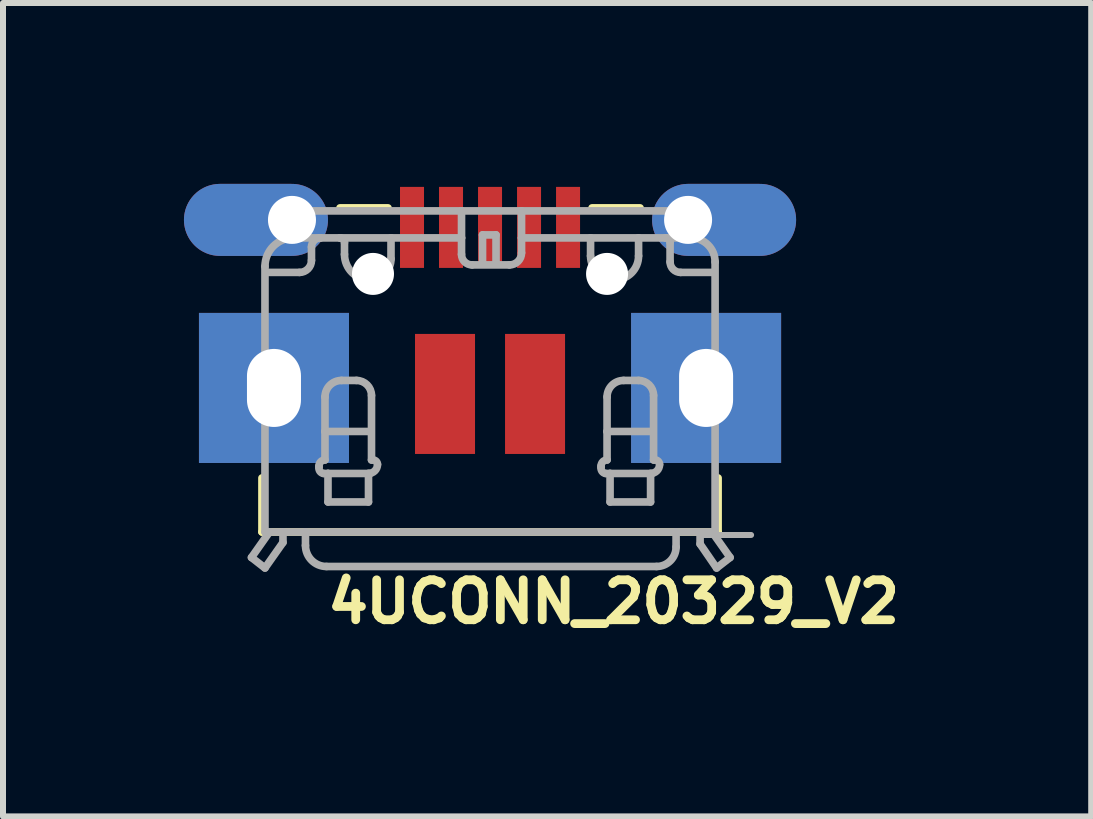
<source format=kicad_pcb>
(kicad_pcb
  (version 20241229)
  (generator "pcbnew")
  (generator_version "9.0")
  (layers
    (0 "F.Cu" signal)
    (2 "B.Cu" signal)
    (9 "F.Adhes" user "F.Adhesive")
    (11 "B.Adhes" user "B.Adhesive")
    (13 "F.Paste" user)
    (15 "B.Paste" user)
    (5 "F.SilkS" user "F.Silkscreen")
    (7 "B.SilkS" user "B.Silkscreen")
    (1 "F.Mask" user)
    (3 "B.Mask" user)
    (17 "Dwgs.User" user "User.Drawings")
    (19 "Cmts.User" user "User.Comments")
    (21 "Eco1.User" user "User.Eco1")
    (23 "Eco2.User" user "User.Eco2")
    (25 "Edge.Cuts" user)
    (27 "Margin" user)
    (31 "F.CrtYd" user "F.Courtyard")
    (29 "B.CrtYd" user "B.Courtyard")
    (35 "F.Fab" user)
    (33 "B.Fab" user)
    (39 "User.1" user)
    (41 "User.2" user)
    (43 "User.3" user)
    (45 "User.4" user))
  (footprint "4UCONN_20329_V2"
    (layer "F.Cu")
    (at 5.115 1.514)
    (property "Reference" "4UCONN_20329_V2" (at -2.778 5.852 0) (layer "F.SilkS") (effects (font (size 0.666 0.666) (thickness 0.146)) (justify left bottom)))
    (fp_poly (pts (xy -1.55 -0.05) (xy -1.05 -0.05) (xy -1.05 -1.5) (xy -1.55 -1.5)) (stroke (width 0) (type solid)) (fill yes) (layer "F.Mask"))
    (fp_poly (pts (xy -0.9 -0.05) (xy -0.4 -0.05) (xy -0.4 -1.5) (xy -0.9 -1.5)) (stroke (width 0) (type solid)) (fill yes) (layer "F.Mask"))
    (fp_poly (pts (xy -0.25 -0.05) (xy 0.25 -0.05) (xy 0.25 -1.5) (xy -0.25 -1.5)) (stroke (width 0) (type solid)) (fill yes) (layer "F.Mask"))
    (fp_poly (pts (xy 0.4 -0.05) (xy 0.9 -0.05) (xy 0.9 -1.5) (xy 0.4 -1.5)) (stroke (width 0) (type solid)) (fill yes) (layer "F.Mask"))
    (fp_poly (pts (xy 1.05 -0.05) (xy 1.55 -0.05) (xy 1.55 -1.5) (xy 1.05 -1.5)) (stroke (width 0) (type solid)) (fill yes) (layer "F.Mask"))
    (fp_line (start -3.8 3.4) (end -3.8 4.3) (stroke (width 0.127) (type solid)) (layer "F.SilkS"))
    (fp_line (start -3.8 4.3) (end 3.8 4.3) (stroke (width 0.127) (type solid)) (layer "F.SilkS"))
    (fp_line (start -2.5 -1.1) (end -1.7 -1.1) (stroke (width 0.127) (type solid)) (layer "F.SilkS"))
    (fp_line (start 1.7 -1.1) (end 2.5 -1.1) (stroke (width 0.127) (type solid)) (layer "F.SilkS"))
    (fp_line (start 3.8 4.3) (end 3.8 3.4) (stroke (width 0.127) (type solid)) (layer "F.SilkS"))
    (fp_poly (pts (xy -4.85 3.15) (xy -2.35 3.15) (xy -2.35 0.65) (xy -4.85 0.65)) (stroke (width 0) (type solid)) (fill yes) (layer "F.Paste"))
    (fp_poly (pts (xy 2.35 3.15) (xy 4.85 3.15) (xy 4.85 0.65) (xy 2.35 0.65)) (stroke (width 0) (type solid)) (fill yes) (layer "F.Paste"))
    (fp_poly (pts (xy -3.186 -1.499) (xy -3.03 -1.442) (xy -2.893 -1.346) (xy -2.786 -1.219) (xy -2.715 -1.067) (xy -2.686 -0.9) (xy -2.715 -0.733) (xy -2.786 -0.581) (xy -2.893 -0.454) (xy -3.03 -0.358) (xy -3.186 -0.301) (xy -3.347 -0.286) (xy -4.457 -0.286) (xy -4.767 -0.355) (xy -4.907 -0.454) (xy -5.014 -0.581) (xy -5.085 -0.733) (xy -5.115 -0.904) (xy -5.017 -1.215) (xy -4.907 -1.346) (xy -4.77 -1.442) (xy -4.614 -1.499) (xy -4.453 -1.514) (xy -3.347 -1.514)) (stroke (width 0) (type solid)) (fill yes) (layer "F.Paste"))
    (fp_poly (pts (xy 4.614 -1.499) (xy 4.77 -1.442) (xy 4.907 -1.346) (xy 5.014 -1.219) (xy 5.085 -1.067) (xy 5.114 -0.9) (xy 5.085 -0.733) (xy 5.014 -0.581) (xy 4.907 -0.454) (xy 4.77 -0.358) (xy 4.614 -0.301) (xy 4.453 -0.286) (xy 3.343 -0.286) (xy 3.033 -0.355) (xy 2.893 -0.454) (xy 2.786 -0.581) (xy 2.715 -0.733) (xy 2.685 -0.904) (xy 2.783 -1.215) (xy 2.893 -1.346) (xy 3.03 -1.442) (xy 3.186 -1.499) (xy 3.347 -1.514) (xy 4.453 -1.514)) (stroke (width 0) (type solid)) (fill yes) (layer "F.Paste"))
    (fp_line (start -3.975 4.725) (end -3.75 4.9) (stroke (width 0.127) (type solid)) (layer "F.Fab"))
    (fp_line (start -3.975 4.725) (end -3.675 4.3) (stroke (width 0.127) (type solid)) (layer "F.Fab"))
    (fp_line (start -3.75 -0.125) (end -3.75 4.3) (stroke (width 0.127) (type solid)) (layer "F.Fab"))
    (fp_line (start -3.75 4.3) (end -3.675 4.3) (stroke (width 0.127) (type solid)) (layer "F.Fab"))
    (fp_line (start -3.75 4.9) (end -3.45 4.475) (stroke (width 0.127) (type solid)) (layer "F.Fab"))
    (fp_line (start -3.725 -0.025) (end -3.175 -0.025) (stroke (width 0.127) (type solid)) (layer "F.Fab"))
    (fp_line (start -3.675 4.3) (end -3.45 4.3) (stroke (width 0.127) (type solid)) (layer "F.Fab"))
    (fp_line (start -3.575 -1.05) (end -0.475 -1.05) (stroke (width 0.127) (type solid)) (layer "F.Fab"))
    (fp_line (start -3.575 -0.75) (end -3.575 -1.05) (stroke (width 0.127) (type solid)) (layer "F.Fab"))
    (fp_line (start -3.45 4.3) (end -3.075 4.3) (stroke (width 0.127) (type solid)) (layer "F.Fab"))
    (fp_line (start -3.45 4.475) (end -3.45 4.3) (stroke (width 0.127) (type solid)) (layer "F.Fab"))
    (fp_line (start -3.425 -0.75) (end -3.575 -0.75) (stroke (width 0.127) (type solid)) (layer "F.Fab"))
    (fp_line (start -3.425 -0.625) (end -3.425 -0.75) (stroke (width 0.127) (type solid)) (layer "F.Fab"))
    (fp_line (start -3.075 4.3) (end -3.075 4.525) (stroke (width 0.127) (type solid)) (layer "F.Fab"))
    (fp_line (start -3.075 4.3) (end 3.1 4.3) (stroke (width 0.127) (type solid)) (layer "F.Fab"))
    (fp_line (start -2.975 -0.225) (end -2.975 -0.45) (stroke (width 0.127) (type solid)) (layer "F.Fab"))
    (fp_line (start -2.85 3.225) (end -2.85 3.2) (stroke (width 0.127) (type solid)) (layer "F.Fab"))
    (fp_line (start -2.825 -0.6) (end -3.275 -0.6) (stroke (width 0.127) (type solid)) (layer "F.Fab"))
    (fp_line (start -2.825 -0.6) (end -2.5 -0.6) (stroke (width 0.127) (type solid)) (layer "F.Fab"))
    (fp_line (start -2.75 2.625) (end -2.75 2.05) (stroke (width 0.127) (type solid)) (layer "F.Fab"))
    (fp_line (start -2.75 2.625) (end -2 2.625) (stroke (width 0.127) (type solid)) (layer "F.Fab"))
    (fp_line (start -2.75 3.1) (end -2.75 2.625) (stroke (width 0.127) (type solid)) (layer "F.Fab"))
    (fp_line (start -2.725 4.875) (end 2.775 4.875) (stroke (width 0.127) (type solid)) (layer "F.Fab"))
    (fp_line (start -2.7 3.325) (end -2.775 3.325) (stroke (width 0.127) (type solid)) (layer "F.Fab"))
    (fp_line (start -2.7 3.325) (end -2 3.325) (stroke (width 0.127) (type solid)) (layer "F.Fab"))
    (fp_line (start -2.7 3.8) (end -2.7 3.325) (stroke (width 0.127) (type solid)) (layer "F.Fab"))
    (fp_line (start -2.475 1.775) (end -2.225 1.775) (stroke (width 0.127) (type solid)) (layer "F.Fab"))
    (fp_line (start -2.425 -0.525) (end -2.425 -0.325) (stroke (width 0.127) (type solid)) (layer "F.Fab"))
    (fp_line (start -2.025 3.325) (end -2.025 3.8) (stroke (width 0.127) (type solid)) (layer "F.Fab"))
    (fp_line (start -2.025 3.8) (end -2.7 3.8) (stroke (width 0.127) (type solid)) (layer "F.Fab"))
    (fp_line (start -1.975 2.025) (end -1.975 3.1) (stroke (width 0.127) (type solid)) (layer "F.Fab"))
    (fp_line (start -1.975 3.1) (end -1.95 3.1) (stroke (width 0.127) (type solid)) (layer "F.Fab"))
    (fp_line (start -1.65 -0.6) (end -2.5 -0.6) (stroke (width 0.127) (type solid)) (layer "F.Fab"))
    (fp_line (start -1.65 -0.25) (end -1.65 -0.6) (stroke (width 0.127) (type solid)) (layer "F.Fab"))
    (fp_line (start -0.475 -1.05) (end 0.525 -1.05) (stroke (width 0.127) (type solid)) (layer "F.Fab"))
    (fp_line (start -0.475 -0.6) (end -1.65 -0.6) (stroke (width 0.127) (type solid)) (layer "F.Fab"))
    (fp_line (start -0.475 -0.6) (end -0.475 -1.05) (stroke (width 0.127) (type solid)) (layer "F.Fab"))
    (fp_line (start -0.475 -0.325) (end -0.475 -0.6) (stroke (width 0.127) (type solid)) (layer "F.Fab"))
    (fp_line (start -0.125 -0.65) (end 0.1 -0.65) (stroke (width 0.127) (type solid)) (layer "F.Fab"))
    (fp_line (start -0.125 -0.175) (end -0.125 -0.65) (stroke (width 0.127) (type solid)) (layer "F.Fab"))
    (fp_line (start 0.1 -0.65) (end 0.1 -0.175) (stroke (width 0.127) (type solid)) (layer "F.Fab"))
    (fp_line (start 0.325 -0.15) (end -0.3 -0.15) (stroke (width 0.127) (type solid)) (layer "F.Fab"))
    (fp_line (start 0.525 -1.05) (end 0.525 -0.6) (stroke (width 0.127) (type solid)) (layer "F.Fab"))
    (fp_line (start 0.525 -1.05) (end 3.6 -1.05) (stroke (width 0.127) (type solid)) (layer "F.Fab"))
    (fp_line (start 0.525 -0.6) (end 0.525 -0.35) (stroke (width 0.127) (type solid)) (layer "F.Fab"))
    (fp_line (start 1.675 -0.6) (end 0.525 -0.6) (stroke (width 0.127) (type solid)) (layer "F.Fab"))
    (fp_line (start 1.675 -0.6) (end 1.675 -0.3) (stroke (width 0.127) (type solid)) (layer "F.Fab"))
    (fp_line (start 1.85 3.225) (end 1.85 3.2) (stroke (width 0.127) (type solid)) (layer "F.Fab"))
    (fp_line (start 1.95 2.625) (end 1.95 2.05) (stroke (width 0.127) (type solid)) (layer "F.Fab"))
    (fp_line (start 1.95 2.625) (end 2.7 2.625) (stroke (width 0.127) (type solid)) (layer "F.Fab"))
    (fp_line (start 1.95 3.1) (end 1.95 2.625) (stroke (width 0.127) (type solid)) (layer "F.Fab"))
    (fp_line (start 2 3.325) (end 1.925 3.325) (stroke (width 0.127) (type solid)) (layer "F.Fab"))
    (fp_line (start 2 3.325) (end 2.7 3.325) (stroke (width 0.127) (type solid)) (layer "F.Fab"))
    (fp_line (start 2 3.8) (end 2 3.325) (stroke (width 0.127) (type solid)) (layer "F.Fab"))
    (fp_line (start 2.225 1.775) (end 2.475 1.775) (stroke (width 0.127) (type solid)) (layer "F.Fab"))
    (fp_line (start 2.475 -0.6) (end 1.675 -0.6) (stroke (width 0.127) (type solid)) (layer "F.Fab"))
    (fp_line (start 2.475 -0.6) (end 2.925 -0.6) (stroke (width 0.127) (type solid)) (layer "F.Fab"))
    (fp_line (start 2.475 -0.3) (end 2.475 -0.6) (stroke (width 0.127) (type solid)) (layer "F.Fab"))
    (fp_line (start 2.675 3.325) (end 2.675 3.8) (stroke (width 0.127) (type solid)) (layer "F.Fab"))
    (fp_line (start 2.675 3.8) (end 2 3.8) (stroke (width 0.127) (type solid)) (layer "F.Fab"))
    (fp_line (start 2.725 2.025) (end 2.725 3.1) (stroke (width 0.127) (type solid)) (layer "F.Fab"))
    (fp_line (start 2.725 3.1) (end 2.75 3.1) (stroke (width 0.127) (type solid)) (layer "F.Fab"))
    (fp_line (start 3 -0.525) (end 3 -0.2) (stroke (width 0.127) (type solid)) (layer "F.Fab"))
    (fp_line (start 3.1 4.3) (end 3.7 4.3) (stroke (width 0.127) (type solid)) (layer "F.Fab"))
    (fp_line (start 3.1 4.55) (end 3.1 4.3) (stroke (width 0.127) (type solid)) (layer "F.Fab"))
    (fp_line (start 3.175 -0.025) (end 3.725 -0.025) (stroke (width 0.127) (type solid)) (layer "F.Fab"))
    (fp_line (start 3.35 -0.775) (end 3.35 -0.6) (stroke (width 0.127) (type solid)) (layer "F.Fab"))
    (fp_line (start 3.35 -0.6) (end 2.925 -0.6) (stroke (width 0.127) (type solid)) (layer "F.Fab"))
    (fp_line (start 3.5 4.35) (end 4.35 4.35) (stroke (width 0.1) (type solid)) (layer "F.Fab"))
    (fp_line (start 3.5 4.5) (end 3.5 4.35) (stroke (width 0.127) (type solid)) (layer "F.Fab"))
    (fp_line (start 3.6 -1.05) (end 3.6 -0.775) (stroke (width 0.127) (type solid)) (layer "F.Fab"))
    (fp_line (start 3.6 -0.775) (end 3.35 -0.775) (stroke (width 0.127) (type solid)) (layer "F.Fab"))
    (fp_line (start 3.7 4.3) (end 3.75 4.3) (stroke (width 0.127) (type solid)) (layer "F.Fab"))
    (fp_line (start 3.7 4.3) (end 4 4.725) (stroke (width 0.127) (type solid)) (layer "F.Fab"))
    (fp_line (start 3.75 4.3) (end 3.75 -0.2) (stroke (width 0.127) (type solid)) (layer "F.Fab"))
    (fp_line (start 3.775 4.9) (end 3.5 4.5) (stroke (width 0.127) (type solid)) (layer "F.Fab"))
    (fp_line (start 4 4.725) (end 3.775 4.9) (stroke (width 0.127) (type solid)) (layer "F.Fab"))
    (fp_arc (start -3.750001 -0.124999) (mid -3.610876 -0.460875) (end -3.275 -0.6) (stroke (width 0.127) (type solid)) (layer "F.Fab"))
    (fp_arc (start -2.975 -0.45) (mid -2.931066 -0.556066) (end -2.825 -0.6) (stroke (width 0.127) (type solid)) (layer "F.Fab"))
    (fp_arc (start -2.975 -0.225) (mid -3.033579 -0.083579) (end -3.175 -0.025) (stroke (width 0.127) (type solid)) (layer "F.Fab"))
    (fp_arc (start -2.85 3.2) (mid -2.820711 3.129289) (end -2.75 3.1) (stroke (width 0.127) (type solid)) (layer "F.Fab"))
    (fp_arc (start -2.775 3.325) (mid -2.833211 3.290533) (end -2.85 3.225) (stroke (width 0.127) (type solid)) (layer "F.Fab"))
    (fp_arc (start -2.75 2.05) (mid -2.669454 1.855546) (end -2.475 1.775) (stroke (width 0.127) (type solid)) (layer "F.Fab"))
    (fp_arc (start -2.725 4.875) (mid -2.972487 4.772487) (end -3.075 4.525) (stroke (width 0.127) (type solid)) (layer "F.Fab"))
    (fp_arc (start -2.5 -0.6) (mid -2.446967 -0.578033) (end -2.425 -0.525) (stroke (width 0.127) (type solid)) (layer "F.Fab"))
    (fp_arc (start -2.225 1.775) (mid -2.048223 1.848223) (end -1.975 2.025) (stroke (width 0.127) (type solid)) (layer "F.Fab"))
    (fp_arc (start -2 0.1) (mid -2.30052 -0.02448) (end -2.425 -0.325) (stroke (width 0.127) (type solid)) (layer "F.Fab"))
    (fp_arc (start -1.95 3.1) (mid -1.896967 3.121967) (end -1.875 3.175) (stroke (width 0.127) (type solid)) (layer "F.Fab"))
    (fp_arc (start -1.875 3.175) (mid -1.918934 3.281066) (end -2.025 3.325) (stroke (width 0.127) (type solid)) (layer "F.Fab"))
    (fp_arc (start -1.65 -0.25) (mid -1.752513 -0.002513) (end -2 0.1) (stroke (width 0.127) (type solid)) (layer "F.Fab"))
    (fp_arc (start -0.3 -0.15) (mid -0.423744 -0.201256) (end -0.475 -0.325) (stroke (width 0.127) (type solid)) (layer "F.Fab"))
    (fp_arc (start 0.525 -0.35) (mid 0.466421 -0.208579) (end 0.325 -0.15) (stroke (width 0.127) (type solid)) (layer "F.Fab"))
    (fp_arc (start 1.85 3.2) (mid 1.879289 3.129289) (end 1.95 3.1) (stroke (width 0.127) (type solid)) (layer "F.Fab"))
    (fp_arc (start 1.925 3.325) (mid 1.866789 3.290533) (end 1.85 3.225) (stroke (width 0.127) (type solid)) (layer "F.Fab"))
    (fp_arc (start 1.95 2.05) (mid 2.030546 1.855546) (end 2.225 1.775) (stroke (width 0.127) (type solid)) (layer "F.Fab"))
    (fp_arc (start 2.075 0.1) (mid 1.792157 -0.017157) (end 1.675 -0.3) (stroke (width 0.127) (type solid)) (layer "F.Fab"))
    (fp_arc (start 2.475 -0.3) (mid 2.357843 -0.017157) (end 2.075 0.1) (stroke (width 0.127) (type solid)) (layer "F.Fab"))
    (fp_arc (start 2.475 1.775) (mid 2.651777 1.848223) (end 2.725 2.025) (stroke (width 0.127) (type solid)) (layer "F.Fab"))
    (fp_arc (start 2.75 3.1) (mid 2.803033 3.121967) (end 2.825 3.175) (stroke (width 0.127) (type solid)) (layer "F.Fab"))
    (fp_arc (start 2.825 3.175) (mid 2.781066 3.281066) (end 2.675 3.325) (stroke (width 0.127) (type solid)) (layer "F.Fab"))
    (fp_arc (start 2.925 -0.6) (mid 2.978033 -0.578033) (end 3 -0.525) (stroke (width 0.127) (type solid)) (layer "F.Fab"))
    (fp_arc (start 3.1 4.55) (mid 3.00481 4.77981) (end 2.775 4.875) (stroke (width 0.127) (type solid)) (layer "F.Fab"))
    (fp_arc (start 3.175 -0.025) (mid 3.051256 -0.076256) (end 3 -0.2) (stroke (width 0.127) (type solid)) (layer "F.Fab"))
    (fp_arc (start 3.349999 -0.599999) (mid 3.632842 -0.482842) (end 3.75 -0.2) (stroke (width 0.127) (type solid)) (layer "F.Fab"))
    (pad "" np_thru_hole circle (at -1.95 0) (size 0.7 0.7) (drill 0.7) (layers "*.Cu" "*.Mask"))
    (pad "" np_thru_hole circle (at 1.95 0) (size 0.7 0.7) (drill 0.7) (layers "*.Cu" "*.Mask"))
    (pad "BASE@1" smd rect (at -0.75 2 90) (size 2 1) (layers "F.Cu" "F.Mask" "F.Paste"))
    (pad "BASE@2" smd rect (at 0.75 2 90) (size 2 1) (layers "F.Cu" "F.Mask" "F.Paste"))
    (pad "D+" smd rect (at 0 -0.775) (size 0.4 1.35) (layers "F.Cu" "F.Paste"))
    (pad "D-" smd rect (at -0.65 -0.775) (size 0.4 1.35) (layers "F.Cu" "F.Paste"))
    (pad "GND" smd rect (at 1.3 -0.775) (size 0.4 1.35) (layers "F.Cu" "F.Paste"))
    (pad "ID" smd rect (at 0.65 -0.775) (size 0.4 1.35) (layers "F.Cu" "F.Paste"))
    (pad "SPRT@1" thru_hole oval (at -3.3 -0.9 180) (size 2.4 1.2) (drill 0.8 (offset 0.6 0)) (layers "*.Cu" "*.Mask"))
    (pad "SPRT@2" thru_hole oval (at 3.3 -0.9) (size 2.4 1.2) (drill 0.8 (offset 0.6 0)) (layers "*.Cu" "*.Mask"))
    (pad "SPRT@3" thru_hole rect (at -3.6 1.9 90) (size 2.5 2.5) (drill oval 1.3 0.9) (layers "*.Cu" "*.Mask"))
    (pad "SPRT@4" thru_hole rect (at 3.6 1.9 90) (size 2.5 2.5) (drill oval 1.3 0.9) (layers "*.Cu" "*.Mask"))
    (pad "VBUS" smd rect (at -1.3 -0.775) (size 0.4 1.35) (layers "F.Cu" "F.Paste")))
  (gr_rect
    (start -3 -3)
    (end 15.132 10.553)
    (stroke (width 0.1) (type default))
    (fill no)
    (layer "Edge.Cuts")))
</source>
